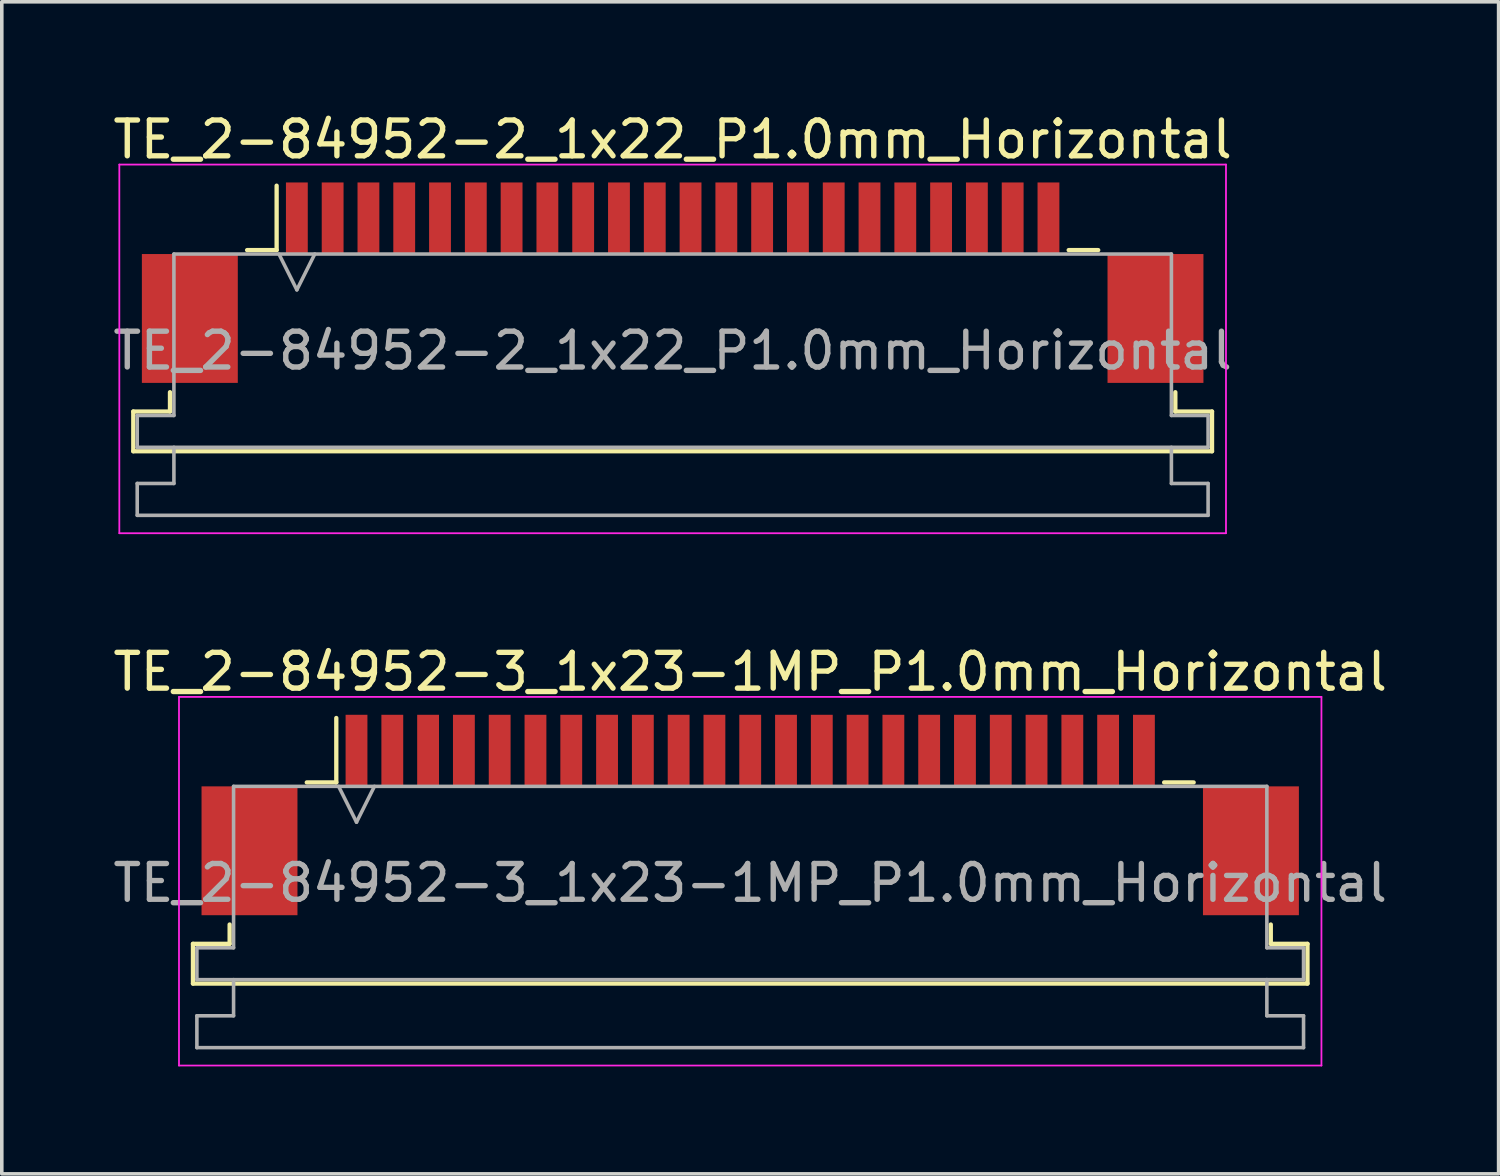
<source format=kicad_pcb>
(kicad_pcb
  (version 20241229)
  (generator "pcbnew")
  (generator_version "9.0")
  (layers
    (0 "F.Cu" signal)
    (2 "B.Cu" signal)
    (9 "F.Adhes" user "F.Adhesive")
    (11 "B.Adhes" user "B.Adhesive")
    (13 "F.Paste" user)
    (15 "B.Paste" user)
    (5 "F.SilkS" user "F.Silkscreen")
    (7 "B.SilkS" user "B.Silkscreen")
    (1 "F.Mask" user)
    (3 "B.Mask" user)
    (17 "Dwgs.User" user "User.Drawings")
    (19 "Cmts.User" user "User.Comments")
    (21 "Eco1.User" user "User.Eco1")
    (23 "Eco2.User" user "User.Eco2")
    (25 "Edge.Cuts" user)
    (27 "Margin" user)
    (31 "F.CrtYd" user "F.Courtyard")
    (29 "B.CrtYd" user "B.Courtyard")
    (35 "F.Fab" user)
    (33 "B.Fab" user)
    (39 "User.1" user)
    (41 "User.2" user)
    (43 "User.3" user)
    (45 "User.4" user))
  (footprint "TE_2-84952-3_1x23-1MP_P1.0mm_Horizontal"
    (layer "F.Cu")
    (at 17.911 19.721)
    (property "Reference" "TE_2-84952-3_1x23-1MP_P1.0mm_Horizontal" (at 0 -4 0) (layer "F.SilkS") (effects (font (size 1 1) (thickness 0.15))))
    (attr smd)
    (fp_line (start -15.57 3.6) (end -14.545 3.6) (stroke (width 0.12) (type solid)) (layer "F.SilkS"))
    (fp_line (start -15.57 4.71) (end -15.57 3.6) (stroke (width 0.12) (type solid)) (layer "F.SilkS"))
    (fp_line (start -14.545 3.6) (end -14.545 3.06) (stroke (width 0.12) (type solid)) (layer "F.SilkS"))
    (fp_line (start -12.39 -0.91) (end -11.565 -0.91) (stroke (width 0.12) (type solid)) (layer "F.SilkS"))
    (fp_line (start -11.565 -0.91) (end -11.565 -2.71) (stroke (width 0.12) (type solid)) (layer "F.SilkS"))
    (fp_line (start 11.565 -0.91) (end 12.39 -0.91) (stroke (width 0.12) (type solid)) (layer "F.SilkS"))
    (fp_line (start 14.545 3.06) (end 14.545 3.6) (stroke (width 0.12) (type solid)) (layer "F.SilkS"))
    (fp_line (start 14.545 3.6) (end 15.57 3.6) (stroke (width 0.12) (type solid)) (layer "F.SilkS"))
    (fp_line (start 15.57 3.6) (end 15.57 4.71) (stroke (width 0.12) (type solid)) (layer "F.SilkS"))
    (fp_line (start 15.57 4.71) (end -15.57 4.71) (stroke (width 0.12) (type solid)) (layer "F.SilkS"))
    (fp_line (start -15.96 -3.3) (end -15.96 7) (stroke (width 0.05) (type solid)) (layer "F.CrtYd"))
    (fp_line (start -15.96 7) (end 15.96 7) (stroke (width 0.05) (type solid)) (layer "F.CrtYd"))
    (fp_line (start 15.96 -3.3) (end -15.96 -3.3) (stroke (width 0.05) (type solid)) (layer "F.CrtYd"))
    (fp_line (start 15.96 7) (end 15.96 -3.3) (stroke (width 0.05) (type solid)) (layer "F.CrtYd"))
    (fp_line (start -15.46 3.71) (end -14.435 3.71) (stroke (width 0.1) (type solid)) (layer "F.Fab"))
    (fp_line (start -15.46 4.6) (end -15.46 3.71) (stroke (width 0.1) (type solid)) (layer "F.Fab"))
    (fp_line (start -15.46 5.61) (end -14.435 5.61) (stroke (width 0.1) (type solid)) (layer "F.Fab"))
    (fp_line (start -15.46 6.5) (end -15.46 5.61) (stroke (width 0.1) (type solid)) (layer "F.Fab"))
    (fp_line (start -14.435 -0.8) (end 14.435 -0.8) (stroke (width 0.1) (type solid)) (layer "F.Fab"))
    (fp_line (start -14.435 3.71) (end -14.435 -0.8) (stroke (width 0.1) (type solid)) (layer "F.Fab"))
    (fp_line (start -14.435 5.61) (end -14.435 4.6) (stroke (width 0.1) (type solid)) (layer "F.Fab"))
    (fp_line (start -11.5 -0.8) (end -11 0.2) (stroke (width 0.1) (type solid)) (layer "F.Fab"))
    (fp_line (start -11 0.2) (end -10.5 -0.8) (stroke (width 0.1) (type solid)) (layer "F.Fab"))
    (fp_line (start 14.435 -0.8) (end 14.435 3.71) (stroke (width 0.1) (type solid)) (layer "F.Fab"))
    (fp_line (start 14.435 3.71) (end 15.46 3.71) (stroke (width 0.1) (type solid)) (layer "F.Fab"))
    (fp_line (start 14.435 4.6) (end 14.435 5.61) (stroke (width 0.1) (type solid)) (layer "F.Fab"))
    (fp_line (start 14.435 5.61) (end 15.46 5.61) (stroke (width 0.1) (type solid)) (layer "F.Fab"))
    (fp_line (start 15.46 3.71) (end 15.46 4.6) (stroke (width 0.1) (type solid)) (layer "F.Fab"))
    (fp_line (start 15.46 4.6) (end -15.46 4.6) (stroke (width 0.1) (type solid)) (layer "F.Fab"))
    (fp_line (start 15.46 5.61) (end 15.46 6.5) (stroke (width 0.1) (type solid)) (layer "F.Fab"))
    (fp_line (start 15.46 6.5) (end -15.46 6.5) (stroke (width 0.1) (type solid)) (layer "F.Fab"))
    (fp_text user "${REFERENCE}" (at 0 1.9 0) (layer "F.Fab") (effects (font (size 1 1) (thickness 0.15))))
    (pad "1" smd rect (at -11 -1.8) (size 0.61 2) (layers "F.Cu" "F.Mask" "F.Paste"))
    (pad "2" smd rect (at -10 -1.8) (size 0.61 2) (layers "F.Cu" "F.Mask" "F.Paste"))
    (pad "3" smd rect (at -9 -1.8) (size 0.61 2) (layers "F.Cu" "F.Mask" "F.Paste"))
    (pad "4" smd rect (at -8 -1.8) (size 0.61 2) (layers "F.Cu" "F.Mask" "F.Paste"))
    (pad "5" smd rect (at -7 -1.8) (size 0.61 2) (layers "F.Cu" "F.Mask" "F.Paste"))
    (pad "6" smd rect (at -6 -1.8) (size 0.61 2) (layers "F.Cu" "F.Mask" "F.Paste"))
    (pad "7" smd rect (at -5 -1.8) (size 0.61 2) (layers "F.Cu" "F.Mask" "F.Paste"))
    (pad "8" smd rect (at -4 -1.8) (size 0.61 2) (layers "F.Cu" "F.Mask" "F.Paste"))
    (pad "9" smd rect (at -3 -1.8) (size 0.61 2) (layers "F.Cu" "F.Mask" "F.Paste"))
    (pad "10" smd rect (at -2 -1.8) (size 0.61 2) (layers "F.Cu" "F.Mask" "F.Paste"))
    (pad "11" smd rect (at -1 -1.8) (size 0.61 2) (layers "F.Cu" "F.Mask" "F.Paste"))
    (pad "12" smd rect (at 0 -1.8) (size 0.61 2) (layers "F.Cu" "F.Mask" "F.Paste"))
    (pad "13" smd rect (at 1 -1.8) (size 0.61 2) (layers "F.Cu" "F.Mask" "F.Paste"))
    (pad "14" smd rect (at 2 -1.8) (size 0.61 2) (layers "F.Cu" "F.Mask" "F.Paste"))
    (pad "15" smd rect (at 3 -1.8) (size 0.61 2) (layers "F.Cu" "F.Mask" "F.Paste"))
    (pad "16" smd rect (at 4 -1.8) (size 0.61 2) (layers "F.Cu" "F.Mask" "F.Paste"))
    (pad "17" smd rect (at 5 -1.8) (size 0.61 2) (layers "F.Cu" "F.Mask" "F.Paste"))
    (pad "18" smd rect (at 6 -1.8) (size 0.61 2) (layers "F.Cu" "F.Mask" "F.Paste"))
    (pad "19" smd rect (at 7 -1.8) (size 0.61 2) (layers "F.Cu" "F.Mask" "F.Paste"))
    (pad "20" smd rect (at 8 -1.8) (size 0.61 2) (layers "F.Cu" "F.Mask" "F.Paste"))
    (pad "21" smd rect (at 9 -1.8) (size 0.61 2) (layers "F.Cu" "F.Mask" "F.Paste"))
    (pad "22" smd rect (at 10 -1.8) (size 0.61 2) (layers "F.Cu" "F.Mask" "F.Paste"))
    (pad "23" smd rect (at 11 -1.8) (size 0.61 2) (layers "F.Cu" "F.Mask" "F.Paste"))
    (pad "MP" smd rect (at -13.99 1) (size 2.68 3.6) (layers "F.Cu" "F.Mask" "F.Paste"))
    (pad "MP" smd rect (at 13.99 1) (size 2.68 3.6) (layers "F.Cu" "F.Mask" "F.Paste")))
  (footprint "TE_2-84952-2_1x22_P1.0mm_Horizontal"
    (layer "F.Cu")
    (at 15.744 4.848)
    (property "Reference" "TE_2-84952-2_1x22_P1.0mm_Horizontal" (at 0 -4 0) (layer "F.SilkS") (effects (font (size 1 1) (thickness 0.15))))
    (attr smd)
    (fp_line (start -15.07 3.6) (end -14.045 3.6) (stroke (width 0.12) (type solid)) (layer "F.SilkS"))
    (fp_line (start -15.07 4.71) (end -15.07 3.6) (stroke (width 0.12) (type solid)) (layer "F.SilkS"))
    (fp_line (start -14.045 3.6) (end -14.045 3.06) (stroke (width 0.12) (type solid)) (layer "F.SilkS"))
    (fp_line (start -11.89 -0.91) (end -11.065 -0.91) (stroke (width 0.12) (type solid)) (layer "F.SilkS"))
    (fp_line (start -11.065 -0.91) (end -11.065 -2.71) (stroke (width 0.12) (type solid)) (layer "F.SilkS"))
    (fp_line (start 11.065 -0.91) (end 11.89 -0.91) (stroke (width 0.12) (type solid)) (layer "F.SilkS"))
    (fp_line (start 14.045 3.06) (end 14.045 3.6) (stroke (width 0.12) (type solid)) (layer "F.SilkS"))
    (fp_line (start 14.045 3.6) (end 15.07 3.6) (stroke (width 0.12) (type solid)) (layer "F.SilkS"))
    (fp_line (start 15.07 3.6) (end 15.07 4.71) (stroke (width 0.12) (type solid)) (layer "F.SilkS"))
    (fp_line (start 15.07 4.71) (end -15.07 4.71) (stroke (width 0.12) (type solid)) (layer "F.SilkS"))
    (fp_line (start -15.46 -3.3) (end -15.46 7) (stroke (width 0.05) (type solid)) (layer "F.CrtYd"))
    (fp_line (start -15.46 7) (end 15.46 7) (stroke (width 0.05) (type solid)) (layer "F.CrtYd"))
    (fp_line (start 15.46 -3.3) (end -15.46 -3.3) (stroke (width 0.05) (type solid)) (layer "F.CrtYd"))
    (fp_line (start 15.46 7) (end 15.46 -3.3) (stroke (width 0.05) (type solid)) (layer "F.CrtYd"))
    (fp_line (start -14.96 3.71) (end -13.935 3.71) (stroke (width 0.1) (type solid)) (layer "F.Fab"))
    (fp_line (start -14.96 4.6) (end -14.96 3.71) (stroke (width 0.1) (type solid)) (layer "F.Fab"))
    (fp_line (start -14.96 5.61) (end -13.935 5.61) (stroke (width 0.1) (type solid)) (layer "F.Fab"))
    (fp_line (start -14.96 6.5) (end -14.96 5.61) (stroke (width 0.1) (type solid)) (layer "F.Fab"))
    (fp_line (start -13.935 -0.8) (end 13.935 -0.8) (stroke (width 0.1) (type solid)) (layer "F.Fab"))
    (fp_line (start -13.935 3.71) (end -13.935 -0.8) (stroke (width 0.1) (type solid)) (layer "F.Fab"))
    (fp_line (start -13.935 5.61) (end -13.935 4.6) (stroke (width 0.1) (type solid)) (layer "F.Fab"))
    (fp_line (start -11 -0.8) (end -10.5 0.2) (stroke (width 0.1) (type solid)) (layer "F.Fab"))
    (fp_line (start -10.5 0.2) (end -10 -0.8) (stroke (width 0.1) (type solid)) (layer "F.Fab"))
    (fp_line (start 13.935 -0.8) (end 13.935 3.71) (stroke (width 0.1) (type solid)) (layer "F.Fab"))
    (fp_line (start 13.935 3.71) (end 14.96 3.71) (stroke (width 0.1) (type solid)) (layer "F.Fab"))
    (fp_line (start 13.935 4.6) (end 13.935 5.61) (stroke (width 0.1) (type solid)) (layer "F.Fab"))
    (fp_line (start 13.935 5.61) (end 14.96 5.61) (stroke (width 0.1) (type solid)) (layer "F.Fab"))
    (fp_line (start 14.96 3.71) (end 14.96 4.6) (stroke (width 0.1) (type solid)) (layer "F.Fab"))
    (fp_line (start 14.96 4.6) (end -14.96 4.6) (stroke (width 0.1) (type solid)) (layer "F.Fab"))
    (fp_line (start 14.96 5.61) (end 14.96 6.5) (stroke (width 0.1) (type solid)) (layer "F.Fab"))
    (fp_line (start 14.96 6.5) (end -14.96 6.5) (stroke (width 0.1) (type solid)) (layer "F.Fab"))
    (fp_text user "${REFERENCE}" (at 0 1.9 0) (layer "F.Fab") (effects (font (size 1 1) (thickness 0.15))))
    (pad "" smd rect (at -13.49 1) (size 2.68 3.6) (layers "F.Cu" "F.Mask" "F.Paste"))
    (pad "" smd rect (at 13.49 1) (size 2.68 3.6) (layers "F.Cu" "F.Mask" "F.Paste"))
    (pad "1" smd rect (at -10.5 -1.8) (size 0.61 2) (layers "F.Cu" "F.Mask" "F.Paste"))
    (pad "2" smd rect (at -9.5 -1.8) (size 0.61 2) (layers "F.Cu" "F.Mask" "F.Paste"))
    (pad "3" smd rect (at -8.5 -1.8) (size 0.61 2) (layers "F.Cu" "F.Mask" "F.Paste"))
    (pad "4" smd rect (at -7.5 -1.8) (size 0.61 2) (layers "F.Cu" "F.Mask" "F.Paste"))
    (pad "5" smd rect (at -6.5 -1.8) (size 0.61 2) (layers "F.Cu" "F.Mask" "F.Paste"))
    (pad "6" smd rect (at -5.5 -1.8) (size 0.61 2) (layers "F.Cu" "F.Mask" "F.Paste"))
    (pad "7" smd rect (at -4.5 -1.8) (size 0.61 2) (layers "F.Cu" "F.Mask" "F.Paste"))
    (pad "8" smd rect (at -3.5 -1.8) (size 0.61 2) (layers "F.Cu" "F.Mask" "F.Paste"))
    (pad "9" smd rect (at -2.5 -1.8) (size 0.61 2) (layers "F.Cu" "F.Mask" "F.Paste"))
    (pad "10" smd rect (at -1.5 -1.8) (size 0.61 2) (layers "F.Cu" "F.Mask" "F.Paste"))
    (pad "11" smd rect (at -0.5 -1.8) (size 0.61 2) (layers "F.Cu" "F.Mask" "F.Paste"))
    (pad "12" smd rect (at 0.5 -1.8) (size 0.61 2) (layers "F.Cu" "F.Mask" "F.Paste"))
    (pad "13" smd rect (at 1.5 -1.8) (size 0.61 2) (layers "F.Cu" "F.Mask" "F.Paste"))
    (pad "14" smd rect (at 2.5 -1.8) (size 0.61 2) (layers "F.Cu" "F.Mask" "F.Paste"))
    (pad "15" smd rect (at 3.5 -1.8) (size 0.61 2) (layers "F.Cu" "F.Mask" "F.Paste"))
    (pad "16" smd rect (at 4.5 -1.8) (size 0.61 2) (layers "F.Cu" "F.Mask" "F.Paste"))
    (pad "17" smd rect (at 5.5 -1.8) (size 0.61 2) (layers "F.Cu" "F.Mask" "F.Paste"))
    (pad "18" smd rect (at 6.5 -1.8) (size 0.61 2) (layers "F.Cu" "F.Mask" "F.Paste"))
    (pad "19" smd rect (at 7.5 -1.8) (size 0.61 2) (layers "F.Cu" "F.Mask" "F.Paste"))
    (pad "20" smd rect (at 8.5 -1.8) (size 0.61 2) (layers "F.Cu" "F.Mask" "F.Paste"))
    (pad "21" smd rect (at 9.5 -1.8) (size 0.61 2) (layers "F.Cu" "F.Mask" "F.Paste"))
    (pad "22" smd rect (at 10.5 -1.8) (size 0.61 2) (layers "F.Cu" "F.Mask" "F.Paste")))
  (gr_rect
    (start -3 -3)
    (end 38.821 29.747)
    (stroke (width 0.1) (type default))
    (fill no)
    (layer "Edge.Cuts")))
</source>
